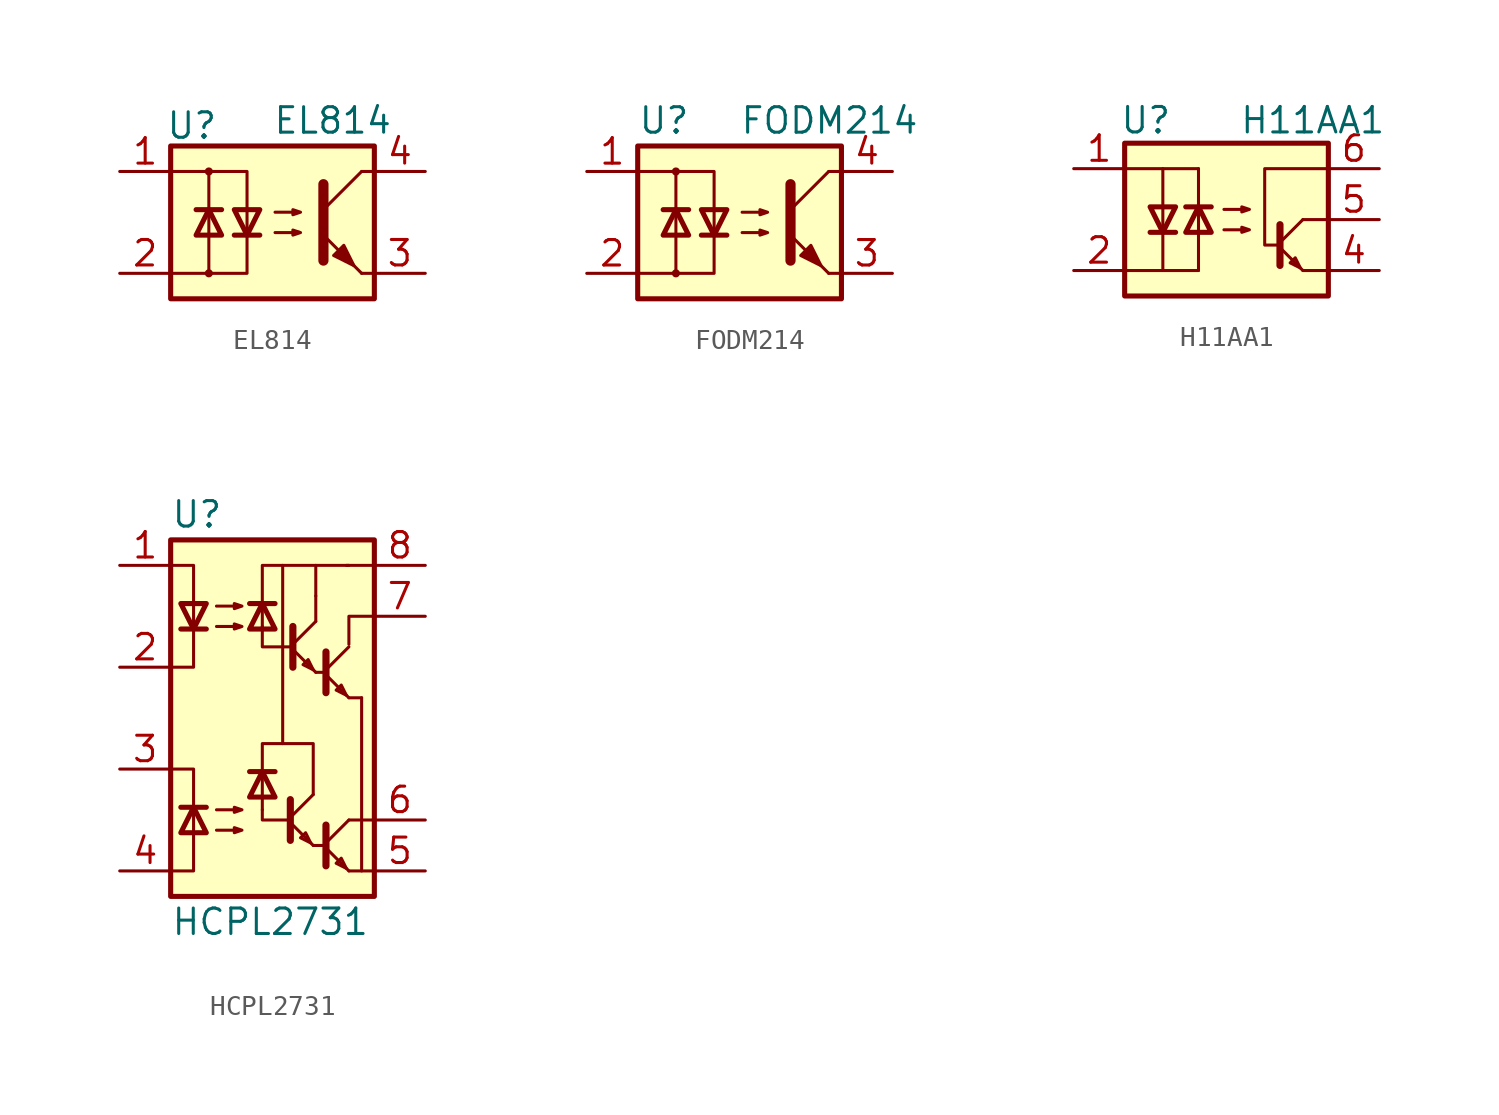
<source format=kicad_sym>
(kicad_symbol_lib
  (version 20201005)
  (generator kicad_symbol_editor)
  (symbol "Isolator_Optocoupler:EL814"
    (pin_names
      (offset 1.016))
    (property "Reference" "U"
      (at -5.334 4.826 0)
      (effects (font (size 1.27 1.27)) (justify left)))
    (property "Value" "EL814"
      (at 0 5.08 0)
      (effects (font (size 1.27 1.27)) (justify left)))
    (symbol "EL814_0_1"
      (circle (center -3.175 -2.54) (radius 0.127) (stroke (width 0)) (fill (type none)))
      (circle (center -3.175 2.54) (radius 0.127) (stroke (width 0)) (fill (type none)))
      (rectangle (start -5.08 3.81) (end 5.08 -3.81) (stroke (width 0.254)) (fill (type background)))
      (polyline (pts (xy -3.81 0.635) (xy -2.54 0.635)) (stroke (width 0.254)) (fill (type none)))
      (polyline (pts (xy -3.175 -0.635) (xy -3.175 -2.54)) (stroke (width 0)) (fill (type none)))
      (polyline (pts (xy -3.175 0.635) (xy -3.175 -0.635)) (stroke (width 0)) (fill (type none)))
      (polyline (pts (xy -3.175 0.635) (xy -3.175 2.54)) (stroke (width 0)) (fill (type none)))
      (polyline (pts (xy -1.905 -0.635) (xy -0.635 -0.635)) (stroke (width 0.254)) (fill (type none)))
      (polyline (pts (xy -1.27 0.635) (xy -1.27 -0.635)) (stroke (width 0)) (fill (type none)))
      (polyline (pts (xy 2.54 0.635) (xy 4.445 2.54)) (stroke (width 0)) (fill (type none)))
      (polyline (pts (xy 4.445 -2.54) (xy 5.08 -2.54)) (stroke (width 0)) (fill (type none)))
      (polyline (pts (xy 4.445 2.54) (xy 5.08 2.54)) (stroke (width 0)) (fill (type none)))
      (polyline (pts (xy -5.08 2.54) (xy -1.27 2.54) (xy -1.27 0.635)) (stroke (width 0)) (fill (type none)))
      (polyline (pts (xy -1.27 -0.635) (xy -1.27 -2.54) (xy -5.08 -2.54)) (stroke (width 0)) (fill (type none)))
      (polyline (pts (xy 2.54 1.905) (xy 2.54 -1.905) (xy 2.54 -1.905)) (stroke (width 0.508)) (fill (type none)))
      (polyline (pts (xy -3.175 0.635) (xy -3.81 -0.635) (xy -2.54 -0.635) (xy -3.175 0.635)) (stroke (width 0.254)) (fill (type none)))
      (polyline (pts (xy -1.27 -0.635) (xy -1.905 0.635) (xy -0.635 0.635) (xy -1.27 -0.635)) (stroke (width 0.254)) (fill (type none)))
      (polyline (pts (xy 0.127 -0.508) (xy 1.397 -0.508) (xy 1.016 -0.635) (xy 1.016 -0.381) (xy 1.397 -0.508)) (stroke (width 0)) (fill (type none)))
      (polyline (pts (xy 0.127 0.508) (xy 1.397 0.508) (xy 1.016 0.381) (xy 1.016 0.635) (xy 1.397 0.508)) (stroke (width 0)) (fill (type none)))
      (polyline (pts (xy 4.445 -2.54) (xy 2.54 -0.635)) (stroke (width 0)) (fill (type outline)))
      (polyline (pts (xy 3.048 -1.651) (xy 3.556 -1.143) (xy 4.064 -2.159) (xy 3.048 -1.651) (xy 3.048 -1.651)) (stroke (width 0)) (fill (type outline))))
    (symbol "EL814_1_1"
      (pin passive line (at -7.62 2.54 0) (length 2.54) (name "~" (effects (font (size 1.27 1.27)))) (number "1" (effects (font (size 1.27 1.27)))))
      (pin passive line (at -7.62 -2.54 0) (length 2.54) (name "~" (effects (font (size 1.27 1.27)))) (number "2" (effects (font (size 1.27 1.27)))))
      (pin passive line (at 7.62 -2.54 180) (length 2.54) (name "~" (effects (font (size 1.27 1.27)))) (number "3" (effects (font (size 1.27 1.27)))))
      (pin passive line (at 7.62 2.54 180) (length 2.54) (name "~" (effects (font (size 1.27 1.27)))) (number "4" (effects (font (size 1.27 1.27)))))))
  (symbol "Isolator_Optocoupler:FODM214"
    (property "Reference" "U"
      (at -5.08 5.08 0)
      (effects (font (size 1.27 1.27)) (justify left)))
    (property "Value" "FODM214"
      (at 0 5.08 0)
      (effects (font (size 1.27 1.27)) (justify left)))
    (symbol "FODM214_0_1"
      (circle (center -3.175 -2.54) (radius 0.127) (stroke (width 0)) (fill (type none)))
      (circle (center -3.175 2.54) (radius 0.127) (stroke (width 0)) (fill (type none)))
      (rectangle (start -5.08 3.81) (end 5.08 -3.81) (stroke (width 0.254)) (fill (type background)))
      (polyline (pts (xy -3.81 0.635) (xy -2.54 0.635)) (stroke (width 0.254)) (fill (type none)))
      (polyline (pts (xy -3.175 -0.635) (xy -3.175 -2.54)) (stroke (width 0)) (fill (type none)))
      (polyline (pts (xy -3.175 -0.635) (xy -3.175 2.54)) (stroke (width 0)) (fill (type none)))
      (polyline (pts (xy -1.905 -0.635) (xy -0.635 -0.635)) (stroke (width 0.254)) (fill (type none)))
      (polyline (pts (xy 2.54 0.635) (xy 4.445 2.54)) (stroke (width 0)) (fill (type none)))
      (polyline (pts (xy 4.445 -2.54) (xy 5.08 -2.54)) (stroke (width 0)) (fill (type none)))
      (polyline (pts (xy 4.445 2.54) (xy 5.08 2.54)) (stroke (width 0)) (fill (type none)))
      (polyline (pts (xy -5.08 2.54) (xy -1.27 2.54) (xy -1.27 -0.635)) (stroke (width 0)) (fill (type none)))
      (polyline (pts (xy -1.27 -0.635) (xy -1.27 -2.54) (xy -5.08 -2.54)) (stroke (width 0)) (fill (type none)))
      (polyline (pts (xy 2.54 1.905) (xy 2.54 -1.905) (xy 2.54 -1.905)) (stroke (width 0.508)) (fill (type none)))
      (polyline (pts (xy -3.175 0.635) (xy -3.81 -0.635) (xy -2.54 -0.635) (xy -3.175 0.635)) (stroke (width 0.254)) (fill (type none)))
      (polyline (pts (xy -1.27 -0.635) (xy -1.905 0.635) (xy -0.635 0.635) (xy -1.27 -0.635)) (stroke (width 0.254)) (fill (type none)))
      (polyline (pts (xy 0.127 -0.508) (xy 1.397 -0.508) (xy 1.016 -0.635) (xy 1.016 -0.381) (xy 1.397 -0.508)) (stroke (width 0)) (fill (type none)))
      (polyline (pts (xy 0.127 0.508) (xy 1.397 0.508) (xy 1.016 0.381) (xy 1.016 0.635) (xy 1.397 0.508)) (stroke (width 0)) (fill (type none)))
      (polyline (pts (xy 4.445 -2.54) (xy 2.54 -0.635)) (stroke (width 0)) (fill (type outline)))
      (polyline (pts (xy 3.048 -1.651) (xy 3.556 -1.143) (xy 4.064 -2.159) (xy 3.048 -1.651) (xy 3.048 -1.651)) (stroke (width 0)) (fill (type outline))))
    (symbol "FODM214_1_1"
      (pin passive line (at -7.62 2.54 0) (length 2.54) (name "~" (effects (font (size 1.27 1.27)))) (number "1" (effects (font (size 1.27 1.27)))))
      (pin passive line (at -7.62 -2.54 0) (length 2.54) (name "~" (effects (font (size 1.27 1.27)))) (number "2" (effects (font (size 1.27 1.27)))))
      (pin passive line (at 7.62 -2.54 180) (length 2.54) (name "~" (effects (font (size 1.27 1.27)))) (number "3" (effects (font (size 1.27 1.27)))))
      (pin passive line (at 7.62 2.54 180) (length 2.54) (name "~" (effects (font (size 1.27 1.27)))) (number "4" (effects (font (size 1.27 1.27)))))))
  (symbol "Isolator_Optocoupler:H11AA1"
    (property "Reference" "U"
      (at -5.334 4.953 0)
      (effects (font (size 1.27 1.27)) (justify left)))
    (property "Value" "H11AA1"
      (at 0.635 4.953 0)
      (effects (font (size 1.27 1.27)) (justify left)))
    (symbol "H11AA1_0_1"
      (polyline (pts (xy -2.032 0.635) (xy -0.762 0.635)) (stroke (width 0.254)) (fill (type none)))
      (polyline (pts (xy -1.397 -2.54) (xy -3.175 -2.54)) (stroke (width 0.152)) (fill (type none)))
      (polyline (pts (xy -1.397 -0.635) (xy -1.397 -2.54)) (stroke (width 0)) (fill (type none)))
      (polyline (pts (xy -1.397 0.635) (xy -1.397 -0.635)) (stroke (width 0)) (fill (type none)))
      (polyline (pts (xy -1.397 0.635) (xy -1.397 2.54)) (stroke (width 0)) (fill (type none)))
      (polyline (pts (xy -1.397 2.54) (xy -3.175 2.54)) (stroke (width 0.152)) (fill (type none)))
      (polyline (pts (xy -1.397 0.635) (xy -2.032 -0.635) (xy -0.762 -0.635) (xy -1.397 0.635)) (stroke (width 0.254)) (fill (type none))))
    (symbol "H11AA1_1_1"
      (rectangle (start -5.08 3.81) (end 5.08 -3.81) (stroke (width 0.254)) (fill (type background)))
      (polyline (pts (xy -3.81 -0.635) (xy -2.54 -0.635)) (stroke (width 0.254)) (fill (type none)))
      (polyline (pts (xy 2.667 -1.397) (xy 3.81 -2.54)) (stroke (width 0)) (fill (type none)))
      (polyline (pts (xy 2.667 -1.143) (xy 3.81 0)) (stroke (width 0)) (fill (type none)))
      (polyline (pts (xy 3.81 -2.54) (xy 5.08 -2.54)) (stroke (width 0)) (fill (type none)))
      (polyline (pts (xy 3.81 0) (xy 5.08 0)) (stroke (width 0)) (fill (type none)))
      (polyline (pts (xy 2.667 -0.254) (xy 2.667 -2.286) (xy 2.667 -2.286)) (stroke (width 0.356)) (fill (type none)))
      (polyline (pts (xy -5.08 -2.54) (xy -3.175 -2.54) (xy -3.175 2.54) (xy -5.08 2.54)) (stroke (width 0)) (fill (type none)))
      (polyline (pts (xy -3.175 -0.635) (xy -3.81 0.635) (xy -2.54 0.635) (xy -3.175 -0.635)) (stroke (width 0.254)) (fill (type none)))
      (polyline (pts (xy 3.683 -2.413) (xy 3.429 -1.905) (xy 3.175 -2.159) (xy 3.683 -2.413)) (stroke (width 0)) (fill (type none)))
      (polyline (pts (xy 5.08 2.54) (xy 1.905 2.54) (xy 1.905 -1.27) (xy 2.54 -1.27)) (stroke (width 0)) (fill (type none)))
      (polyline (pts (xy -0.127 -0.508) (xy 1.143 -0.508) (xy 0.762 -0.635) (xy 0.762 -0.381) (xy 1.143 -0.508)) (stroke (width 0)) (fill (type none)))
      (polyline (pts (xy -0.127 0.508) (xy 1.143 0.508) (xy 0.762 0.381) (xy 0.762 0.635) (xy 1.143 0.508)) (stroke (width 0)) (fill (type none)))
      (pin passive line (at -7.62 2.54 0) (length 2.54) (name "~" (effects (font (size 1.27 1.27)))) (number "1" (effects (font (size 1.27 1.27)))))
      (pin passive line (at -7.62 -2.54 0) (length 2.54) (name "~" (effects (font (size 1.27 1.27)))) (number "2" (effects (font (size 1.27 1.27)))))
      (pin no_connect line (at -5.08 0 0) (length 2.54) hide (name "NC" (effects (font (size 1.27 1.27)))) (number "3" (effects (font (size 1.27 1.27)))))
      (pin passive line (at 7.62 -2.54 180) (length 2.54) (name "~" (effects (font (size 1.27 1.27)))) (number "4" (effects (font (size 1.27 1.27)))))
      (pin passive line (at 7.62 0 180) (length 2.54) (name "~" (effects (font (size 1.27 1.27)))) (number "5" (effects (font (size 1.27 1.27)))))
      (pin passive line (at 7.62 2.54 180) (length 2.54) (name "~" (effects (font (size 1.27 1.27)))) (number "6" (effects (font (size 1.27 1.27)))))))
  (symbol "Isolator_Optocoupler:HCPL2731"
    (pin_names
      (offset 0.762) hide)
    (property "Reference" "U"
      (at -5.08 10.16 0)
      (effects (font (size 1.27 1.27)) (justify left)))
    (property "Value" "HCPL2731"
      (at -5.08 -10.16 0)
      (effects (font (size 1.27 1.27)) (justify left)))
    (symbol "HCPL2731_0_1"
      (rectangle (start -5.08 8.89) (end 5.08 -8.89) (stroke (width 0.254)) (fill (type background)))
      (polyline (pts (xy -4.572 -4.445) (xy -3.302 -4.445)) (stroke (width 0.254)) (fill (type none)))
      (polyline (pts (xy -4.572 4.445) (xy -3.302 4.445)) (stroke (width 0.254)) (fill (type none)))
      (polyline (pts (xy -0.508 -4.572) (xy -0.508 -3.937)) (stroke (width 0)) (fill (type none)))
      (polyline (pts (xy 0.127 -2.667) (xy -1.143 -2.667)) (stroke (width 0.254)) (fill (type none)))
      (polyline (pts (xy 0.127 5.715) (xy -1.143 5.715)) (stroke (width 0.254)) (fill (type none)))
      (polyline (pts (xy 0.889 -5.207) (xy 2.032 -6.35)) (stroke (width 0)) (fill (type none)))
      (polyline (pts (xy 0.889 -4.953) (xy 2.032 -3.81)) (stroke (width 0)) (fill (type none)))
      (polyline (pts (xy 1.016 3.429) (xy 2.159 2.286)) (stroke (width 0)) (fill (type none)))
      (polyline (pts (xy 1.016 3.683) (xy 2.159 4.826)) (stroke (width 0)) (fill (type none)))
      (polyline (pts (xy 2.032 -6.35) (xy 2.54 -6.35)) (stroke (width 0)) (fill (type none)))
      (polyline (pts (xy 2.159 2.286) (xy 2.667 2.286)) (stroke (width 0)) (fill (type none)))
      (polyline (pts (xy 2.159 4.826) (xy 2.159 6.096)) (stroke (width 0)) (fill (type none)))
      (polyline (pts (xy 2.159 6.096) (xy 2.159 7.62)) (stroke (width 0)) (fill (type none)))
      (polyline (pts (xy 2.667 -6.477) (xy 3.81 -7.62)) (stroke (width 0)) (fill (type none)))
      (polyline (pts (xy 2.667 -6.223) (xy 3.81 -5.08)) (stroke (width 0)) (fill (type none)))
      (polyline (pts (xy 2.667 2.159) (xy 3.81 1.016)) (stroke (width 0)) (fill (type none)))
      (polyline (pts (xy 2.667 2.413) (xy 3.81 3.556)) (stroke (width 0)) (fill (type none)))
      (polyline (pts (xy 3.683 7.62) (xy 5.08 7.62)) (stroke (width 0)) (fill (type none)))
      (polyline (pts (xy 3.81 -7.62) (xy 5.08 -7.62)) (stroke (width 0)) (fill (type none)))
      (polyline (pts (xy 3.81 -5.08) (xy 5.08 -5.08)) (stroke (width 0)) (fill (type none)))
      (polyline (pts (xy 3.81 1.016) (xy 4.445 1.016)) (stroke (width 0)) (fill (type none)))
      (polyline (pts (xy 4.445 -7.62) (xy 4.445 1.016)) (stroke (width 0)) (fill (type none)))
      (polyline (pts (xy -0.508 -4.572) (xy -0.508 -5.08) (xy 0.762 -5.08)) (stroke (width 0)) (fill (type none)))
      (polyline (pts (xy -0.508 4.445) (xy -0.508 7.62) (xy 3.81 7.62)) (stroke (width 0)) (fill (type none)))
      (polyline (pts (xy -0.508 4.572) (xy -0.508 3.556) (xy 1.016 3.556)) (stroke (width 0)) (fill (type none)))
      (polyline (pts (xy 0.508 -1.27) (xy 2.032 -1.27) (xy 2.032 -3.81)) (stroke (width 0)) (fill (type none)))
      (polyline (pts (xy 0.889 -4.064) (xy 0.889 -6.096) (xy 0.889 -6.096)) (stroke (width 0.356)) (fill (type none)))
      (polyline (pts (xy 1.016 4.572) (xy 1.016 2.54) (xy 1.016 2.54)) (stroke (width 0.356)) (fill (type none)))
      (polyline (pts (xy 2.667 -5.334) (xy 2.667 -7.366) (xy 2.667 -7.366)) (stroke (width 0.356)) (fill (type none)))
      (polyline (pts (xy 2.667 3.302) (xy 2.667 1.27) (xy 2.667 1.27)) (stroke (width 0.356)) (fill (type none)))
      (polyline (pts (xy 3.81 3.683) (xy 3.81 5.08) (xy 5.08 5.08)) (stroke (width 0)) (fill (type none)))
      (polyline (pts (xy -5.08 -2.54) (xy -3.937 -2.54) (xy -3.937 -7.62) (xy -5.08 -7.62)) (stroke (width 0)) (fill (type none)))
      (polyline (pts (xy -5.08 7.62) (xy -3.937 7.62) (xy -3.937 2.54) (xy -5.08 2.54)) (stroke (width 0)) (fill (type none)))
      (polyline (pts (xy -3.937 -4.445) (xy -4.572 -5.715) (xy -3.302 -5.715) (xy -3.937 -4.445)) (stroke (width 0.254)) (fill (type none)))
      (polyline (pts (xy -3.937 4.445) (xy -4.572 5.715) (xy -3.302 5.715) (xy -3.937 4.445)) (stroke (width 0.254)) (fill (type none)))
      (polyline (pts (xy -0.508 -3.937) (xy -0.508 -1.27) (xy 0.508 -1.27) (xy 0.508 7.62)) (stroke (width 0)) (fill (type none)))
      (polyline (pts (xy -0.508 -2.667) (xy 0.127 -3.937) (xy -1.143 -3.937) (xy -0.508 -2.667)) (stroke (width 0.254)) (fill (type none)))
      (polyline (pts (xy -0.508 5.715) (xy 0.127 4.445) (xy -1.143 4.445) (xy -0.508 5.715)) (stroke (width 0.254)) (fill (type none)))
      (polyline (pts (xy 1.905 -6.223) (xy 1.651 -5.715) (xy 1.397 -5.969) (xy 1.905 -6.223)) (stroke (width 0)) (fill (type none)))
      (polyline (pts (xy 2.032 2.413) (xy 1.778 2.921) (xy 1.524 2.667) (xy 2.032 2.413)) (stroke (width 0)) (fill (type none)))
      (polyline (pts (xy 3.683 -7.493) (xy 3.429 -6.985) (xy 3.175 -7.239) (xy 3.683 -7.493)) (stroke (width 0)) (fill (type none)))
      (polyline (pts (xy 3.683 1.143) (xy 3.429 1.651) (xy 3.175 1.397) (xy 3.683 1.143)) (stroke (width 0)) (fill (type none)))
      (polyline (pts (xy -2.794 -5.588) (xy -1.524 -5.588) (xy -1.905 -5.715) (xy -1.905 -5.461) (xy -1.524 -5.588)) (stroke (width 0)) (fill (type none)))
      (polyline (pts (xy -2.794 -4.572) (xy -1.524 -4.572) (xy -1.905 -4.699) (xy -1.905 -4.445) (xy -1.524 -4.572)) (stroke (width 0)) (fill (type none)))
      (polyline (pts (xy -2.794 4.572) (xy -1.524 4.572) (xy -1.905 4.445) (xy -1.905 4.699) (xy -1.524 4.572)) (stroke (width 0)) (fill (type none)))
      (polyline (pts (xy -2.794 5.588) (xy -1.524 5.588) (xy -1.905 5.461) (xy -1.905 5.715) (xy -1.524 5.588)) (stroke (width 0)) (fill (type none))))
    (symbol "HCPL2731_1_1"
      (pin passive line (at -7.62 7.62 0) (length 2.54) (name "A1" (effects (font (size 1.27 1.27)))) (number "1" (effects (font (size 1.27 1.27)))))
      (pin passive line (at -7.62 2.54 0) (length 2.54) (name "C1" (effects (font (size 1.27 1.27)))) (number "2" (effects (font (size 1.27 1.27)))))
      (pin passive line (at -7.62 -2.54 0) (length 2.54) (name "C2" (effects (font (size 1.27 1.27)))) (number "3" (effects (font (size 1.27 1.27)))))
      (pin passive line (at -7.62 -7.62 0) (length 2.54) (name "A2" (effects (font (size 1.27 1.27)))) (number "4" (effects (font (size 1.27 1.27)))))
      (pin passive line (at 7.62 -7.62 180) (length 2.54) (name "GND" (effects (font (size 1.27 1.27)))) (number "5" (effects (font (size 1.27 1.27)))))
      (pin passive line (at 7.62 -5.08 180) (length 2.54) (name "VO2" (effects (font (size 1.27 1.27)))) (number "6" (effects (font (size 1.27 1.27)))))
      (pin passive line (at 7.62 5.08 180) (length 2.54) (name "VO1" (effects (font (size 1.27 1.27)))) (number "7" (effects (font (size 1.27 1.27)))))
      (pin passive line (at 7.62 7.62 180) (length 2.54) (name "VCC" (effects (font (size 1.27 1.27)))) (number "8" (effects (font (size 1.27 1.27))))))))
</source>
